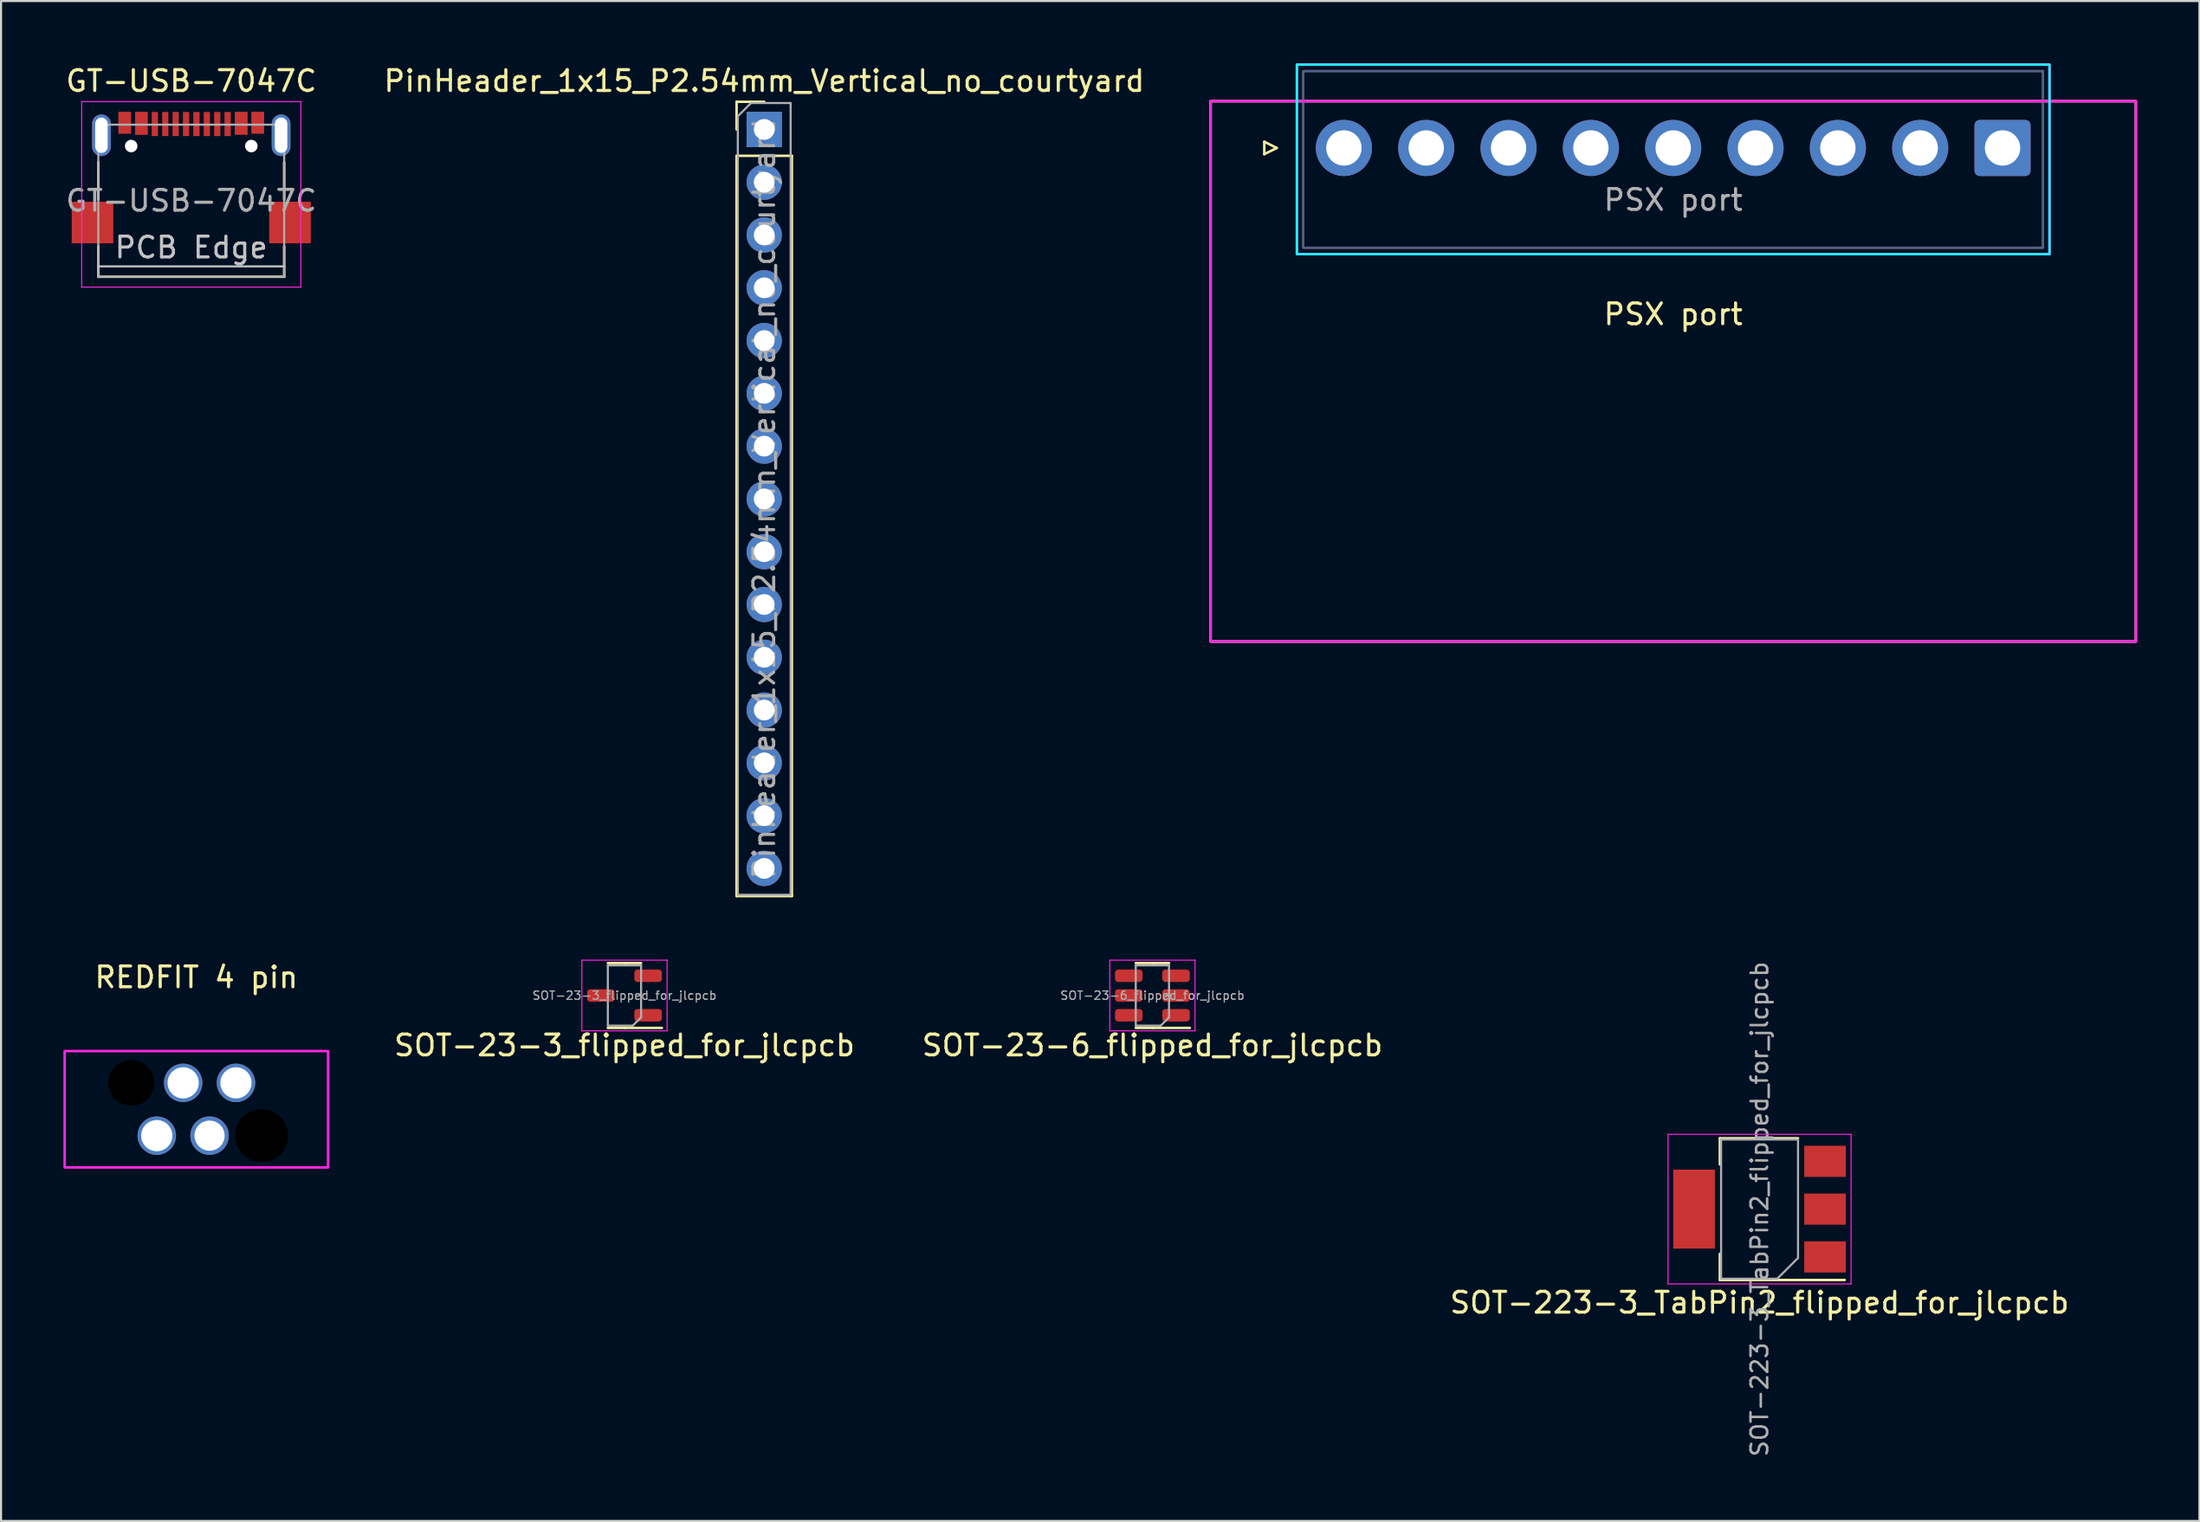
<source format=kicad_pcb>
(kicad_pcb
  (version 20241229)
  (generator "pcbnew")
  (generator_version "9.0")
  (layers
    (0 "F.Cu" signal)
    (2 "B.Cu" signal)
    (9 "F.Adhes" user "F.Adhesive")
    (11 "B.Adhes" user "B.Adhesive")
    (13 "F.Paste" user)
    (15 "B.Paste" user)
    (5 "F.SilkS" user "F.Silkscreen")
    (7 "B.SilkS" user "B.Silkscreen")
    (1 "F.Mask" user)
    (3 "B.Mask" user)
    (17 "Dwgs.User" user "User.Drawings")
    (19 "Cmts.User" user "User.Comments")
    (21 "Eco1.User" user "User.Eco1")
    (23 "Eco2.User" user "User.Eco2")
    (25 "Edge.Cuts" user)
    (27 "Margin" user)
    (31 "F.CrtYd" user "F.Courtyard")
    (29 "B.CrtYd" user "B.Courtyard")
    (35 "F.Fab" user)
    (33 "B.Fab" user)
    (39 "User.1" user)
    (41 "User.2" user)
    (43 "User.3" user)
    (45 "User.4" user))
  (footprint "SOT-223-3_TabPin2_flipped_for_jlcpcb"
    (layer "F.Cu")
    (at 81.582 55.133)
    (property "Reference" "SOT-223-3_TabPin2_flipped_for_jlcpcb" (at 0 4.5 180) (layer "F.SilkS") (effects (font (size 1 1) (thickness 0.15))))
    (attr smd)
    (fp_line (start -1.91 -3.41) (end -1.91 -2.15) (stroke (width 0.12) (type solid)) (layer "F.SilkS"))
    (fp_line (start -1.91 3.41) (end -1.91 2.15) (stroke (width 0.12) (type solid)) (layer "F.SilkS"))
    (fp_line (start 1.85 -3.41) (end -1.91 -3.41) (stroke (width 0.12) (type solid)) (layer "F.SilkS"))
    (fp_line (start 4.1 3.41) (end -1.91 3.41) (stroke (width 0.12) (type solid)) (layer "F.SilkS"))
    (fp_line (start -4.4 -3.6) (end -4.4 3.6) (stroke (width 0.05) (type solid)) (layer "F.CrtYd"))
    (fp_line (start -4.4 3.6) (end 4.4 3.6) (stroke (width 0.05) (type solid)) (layer "F.CrtYd"))
    (fp_line (start 4.4 -3.6) (end -4.4 -3.6) (stroke (width 0.05) (type solid)) (layer "F.CrtYd"))
    (fp_line (start 4.4 3.6) (end 4.4 -3.6) (stroke (width 0.05) (type solid)) (layer "F.CrtYd"))
    (fp_line (start -1.85 3.35) (end -1.85 -3.35) (stroke (width 0.1) (type solid)) (layer "F.Fab"))
    (fp_line (start 0.85 3.35) (end -1.85 3.35) (stroke (width 0.1) (type solid)) (layer "F.Fab"))
    (fp_line (start 1.85 -3.35) (end -1.85 -3.35) (stroke (width 0.1) (type solid)) (layer "F.Fab"))
    (fp_line (start 1.85 2.35) (end 0.85 3.35) (stroke (width 0.1) (type solid)) (layer "F.Fab"))
    (fp_line (start 1.85 2.35) (end 1.85 -3.35) (stroke (width 0.1) (type solid)) (layer "F.Fab"))
    (fp_text user "${REFERENCE}" (at 0 0 270) (layer "F.Fab") (effects (font (size 0.8 0.8) (thickness 0.12))))
    (pad "1" smd rect (at 3.15 2.3 180) (size 2 1.5) (layers "F.Cu" "F.Mask" "F.Paste"))
    (pad "2" smd rect (at -3.15 0 180) (size 2 3.8) (layers "F.Cu" "F.Mask" "F.Paste"))
    (pad "2" smd rect (at 3.15 0 180) (size 2 1.5) (layers "F.Cu" "F.Mask" "F.Paste"))
    (pad "3" smd rect (at 3.15 -2.3 180) (size 2 1.5) (layers "F.Cu" "F.Mask" "F.Paste")))
  (footprint "GT-USB-7047C"
    (layer "F.Cu")
    (at 6.149 5.428)
    (property "Reference" "GT-USB-7047C" (at 0 -4.58 0) (layer "F.SilkS") (effects (font (size 1 1) (thickness 0.15))))
    (attr smd)
    (fp_line (start -4.47 -0.67) (end -4.47 1.13) (stroke (width 0.12) (type solid)) (layer "F.SilkS"))
    (fp_line (start -4.47 4.84) (end -4.47 3.38) (stroke (width 0.12) (type solid)) (layer "F.SilkS"))
    (fp_line (start 4.47 -0.67) (end 4.47 1.13) (stroke (width 0.12) (type solid)) (layer "F.SilkS"))
    (fp_line (start 4.47 4.84) (end -4.47 4.84) (stroke (width 0.12) (type solid)) (layer "F.SilkS"))
    (fp_line (start 4.47 4.84) (end 4.47 3.38) (stroke (width 0.12) (type solid)) (layer "F.SilkS"))
    (fp_line (start -4.47 4.34) (end 4.47 4.34) (stroke (width 0.1) (type solid)) (layer "Dwgs.User"))
    (fp_line (start -5.27 -3.59) (end -5.27 5.34) (stroke (width 0.05) (type solid)) (layer "F.CrtYd"))
    (fp_line (start -5.27 5.34) (end 5.27 5.34) (stroke (width 0.05) (type solid)) (layer "F.CrtYd"))
    (fp_line (start 5.27 -3.59) (end -5.27 -3.59) (stroke (width 0.05) (type solid)) (layer "F.CrtYd"))
    (fp_line (start 5.27 5.34) (end 5.27 -3.59) (stroke (width 0.05) (type solid)) (layer "F.CrtYd"))
    (fp_line (start -4.47 -2.48) (end -4.47 4.84) (stroke (width 0.1) (type solid)) (layer "F.Fab"))
    (fp_line (start -4.47 -2.48) (end 4.47 -2.48) (stroke (width 0.1) (type solid)) (layer "F.Fab"))
    (fp_line (start 4.47 -2.48) (end 4.47 4.84) (stroke (width 0.1) (type solid)) (layer "F.Fab"))
    (fp_line (start 4.47 4.84) (end -4.47 4.84) (stroke (width 0.1) (type solid)) (layer "F.Fab"))
    (fp_text user "PCB Edge" (at 0 3.43 0) (layer "Dwgs.User") (effects (font (size 1 1) (thickness 0.15))))
    (fp_text user "${REFERENCE}" (at 0 1.18 0) (layer "F.Fab") (effects (font (size 1 1) (thickness 0.15))))
    (pad "" np_thru_hole circle (at -2.89 -1.45 180) (size 0.6 0.6) (drill 0.6) (layers "*.Cu" "*.Mask"))
    (pad "" np_thru_hole circle (at 2.89 -1.45 180) (size 0.6 0.6) (drill 0.6) (layers "*.Cu" "*.Mask"))
    (pad "A1" smd rect (at -3.2 -2.57) (size 0.6 1.04) (layers "F.Cu" "F.Mask" "F.Paste"))
    (pad "A4" smd rect (at -2.4 -2.545) (size 0.6 1.09) (layers "F.Cu" "F.Mask" "F.Paste"))
    (pad "A5" smd rect (at -1.25 -2.51 180) (size 0.3 1.16) (layers "F.Cu" "F.Mask" "F.Paste"))
    (pad "A6" smd rect (at -0.25 -2.51 180) (size 0.3 1.16) (layers "F.Cu" "F.Mask" "F.Paste"))
    (pad "A7" smd rect (at 0.25 -2.51 180) (size 0.3 1.16) (layers "F.Cu" "F.Mask" "F.Paste"))
    (pad "A8" smd rect (at 1.25 -2.51 180) (size 0.3 1.16) (layers "F.Cu" "F.Mask" "F.Paste"))
    (pad "A9" smd rect (at 2.4 -2.545) (size 0.6 1.09) (layers "F.Cu" "F.Mask" "F.Paste"))
    (pad "A12" smd rect (at 3.2 -2.57) (size 0.6 1.04) (layers "F.Cu" "F.Mask" "F.Paste"))
    (pad "B1" smd rect (at 3.2 -2.57) (size 0.6 1.04) (layers "F.Cu" "F.Mask" "F.Paste"))
    (pad "B4" smd rect (at 2.4 -2.545) (size 0.6 1.09) (layers "F.Cu" "F.Mask" "F.Paste"))
    (pad "B5" smd rect (at 1.75 -2.51 180) (size 0.3 1.16) (layers "F.Cu" "F.Mask" "F.Paste"))
    (pad "B6" smd rect (at 0.75 -2.51 180) (size 0.3 1.16) (layers "F.Cu" "F.Mask" "F.Paste"))
    (pad "B7" smd rect (at -0.75 -2.51 180) (size 0.3 1.16) (layers "F.Cu" "F.Mask" "F.Paste"))
    (pad "B8" smd rect (at -1.75 -2.51 180) (size 0.3 1.16) (layers "F.Cu" "F.Mask" "F.Paste"))
    (pad "B9" smd rect (at -2.4 -2.545) (size 0.6 1.09) (layers "F.Cu" "F.Mask" "F.Paste"))
    (pad "B12" smd rect (at -3.2 -2.57) (size 0.6 1.04) (layers "F.Cu" "F.Mask" "F.Paste"))
    (pad "S1" smd rect (at -4.75 2.23 90) (size 2 2) (layers "F.Cu" "F.Mask" "F.Paste"))
    (pad "S1" thru_hole oval (at -4.32 -1.97 90) (size 2 0.9) (drill oval 1.7 0.6) (layers "*.Cu" "*.Mask"))
    (pad "S1" thru_hole oval (at 4.32 -1.97 90) (size 2 0.9) (drill oval 1.7 0.6) (layers "*.Cu" "*.Mask"))
    (pad "S1" smd rect (at 4.75 2.23 90) (size 2 2) (layers "F.Cu" "F.Mask" "F.Paste")))
  (footprint "PinHeader_1x15_P2.54mm_Vertical_no_courtyard"
    (layer "F.Cu")
    (at 33.708 3.178)
    (property "Reference" "PinHeader_1x15_P2.54mm_Vertical_no_courtyard" (at 0 -2.33 0) (layer "F.SilkS") (effects (font (size 1 1) (thickness 0.15))))
    (attr through_hole allow_missing_courtyard)
    (fp_line (start -1.33 -1.33) (end 0 -1.33) (stroke (width 0.12) (type solid)) (layer "F.SilkS"))
    (fp_line (start -1.33 0) (end -1.33 -1.33) (stroke (width 0.12) (type solid)) (layer "F.SilkS"))
    (fp_line (start -1.33 1.27) (end -1.33 36.89) (stroke (width 0.12) (type solid)) (layer "F.SilkS"))
    (fp_line (start -1.33 1.27) (end 1.33 1.27) (stroke (width 0.12) (type solid)) (layer "F.SilkS"))
    (fp_line (start -1.33 36.89) (end 1.33 36.89) (stroke (width 0.12) (type solid)) (layer "F.SilkS"))
    (fp_line (start 1.33 1.27) (end 1.33 36.89) (stroke (width 0.12) (type solid)) (layer "F.SilkS"))
    (fp_line (start -1.27 -0.635) (end -0.635 -1.27) (stroke (width 0.1) (type solid)) (layer "F.Fab"))
    (fp_line (start -1.27 36.83) (end -1.27 -0.635) (stroke (width 0.1) (type solid)) (layer "F.Fab"))
    (fp_line (start -0.635 -1.27) (end 1.27 -1.27) (stroke (width 0.1) (type solid)) (layer "F.Fab"))
    (fp_line (start 1.27 -1.27) (end 1.27 36.83) (stroke (width 0.1) (type solid)) (layer "F.Fab"))
    (fp_line (start 1.27 36.83) (end -1.27 36.83) (stroke (width 0.1) (type solid)) (layer "F.Fab"))
    (fp_text user "${REFERENCE}" (at 0 17.78 90) (layer "F.Fab") (effects (font (size 1 1) (thickness 0.15))))
    (pad "1" thru_hole rect (at 0 0) (size 1.7 1.7) (drill 1) (layers "*.Cu" "*.Mask"))
    (pad "2" thru_hole oval (at 0 2.54) (size 1.7 1.7) (drill 1) (layers "*.Cu" "*.Mask"))
    (pad "3" thru_hole oval (at 0 5.08) (size 1.7 1.7) (drill 1) (layers "*.Cu" "*.Mask"))
    (pad "4" thru_hole oval (at 0 7.62) (size 1.7 1.7) (drill 1) (layers "*.Cu" "*.Mask"))
    (pad "5" thru_hole oval (at 0 10.16) (size 1.7 1.7) (drill 1) (layers "*.Cu" "*.Mask"))
    (pad "6" thru_hole oval (at 0 12.7) (size 1.7 1.7) (drill 1) (layers "*.Cu" "*.Mask"))
    (pad "7" thru_hole oval (at 0 15.24) (size 1.7 1.7) (drill 1) (layers "*.Cu" "*.Mask"))
    (pad "8" thru_hole oval (at 0 17.78) (size 1.7 1.7) (drill 1) (layers "*.Cu" "*.Mask"))
    (pad "9" thru_hole oval (at 0 20.32) (size 1.7 1.7) (drill 1) (layers "*.Cu" "*.Mask"))
    (pad "10" thru_hole oval (at 0 22.86) (size 1.7 1.7) (drill 1) (layers "*.Cu" "*.Mask"))
    (pad "11" thru_hole oval (at 0 25.4) (size 1.7 1.7) (drill 1) (layers "*.Cu" "*.Mask"))
    (pad "12" thru_hole oval (at 0 27.94) (size 1.7 1.7) (drill 1) (layers "*.Cu" "*.Mask"))
    (pad "13" thru_hole oval (at 0 30.48) (size 1.7 1.7) (drill 1) (layers "*.Cu" "*.Mask"))
    (pad "14" thru_hole oval (at 0 33.02) (size 1.7 1.7) (drill 1) (layers "*.Cu" "*.Mask"))
    (pad "15" thru_hole oval (at 0 35.56) (size 1.7 1.7) (drill 1) (layers "*.Cu" "*.Mask")))
  (footprint "REDFIT 4 pin"
    (layer "F.Cu")
    (at 6.395 50.327)
    (property "Reference" "REDFIT 4 pin" (at 0 -6.35 0) (unlocked yes) (layer "F.SilkS") (effects (font (size 1 1) (thickness 0.15))))
    (attr through_hole)
    (fp_rect (start -6.335 -2.8) (end 6.335 2.8) (stroke (width 0.12) (type default)) (fill no) (layer "F.CrtYd"))
    (pad "" np_thru_hole circle (at -3.135 -1.27 90) (size 2.2 2.2) (drill 2.2) (layers "*.Mask"))
    (pad "" np_thru_hole circle (at 3.135 1.27) (size 2.55 2.55) (drill 2.55) (layers "*.Mask"))
    (pad "1" thru_hole circle (at 1.905 -1.27) (size 1.85 1.85) (drill 1.5) (layers "*.Cu" "*.Mask"))
    (pad "2" thru_hole circle (at 0.635 1.27) (size 1.85 1.85) (drill 1.45) (layers "*.Cu" "*.Mask"))
    (pad "3" thru_hole circle (at -0.635 -1.27) (size 1.85 1.85) (drill 1.5) (layers "*.Cu" "*.Mask"))
    (pad "4" thru_hole circle (at -1.905 1.27) (size 1.85 1.85) (drill 1.5) (layers "*.Cu" "*.Mask")))
  (footprint "PSX port"
    (layer "F.Cu")
    (at 77.429 12.57)
    (property "Reference" "PSX port" (at 0 -0.5 0) (unlocked yes) (layer "F.SilkS") (effects (font (size 1 1) (thickness 0.15))))
    (attr through_hole)
    (fp_line (start -19.67 -8.8) (end -19.07 -8.5) (stroke (width 0.12) (type solid)) (layer "F.SilkS"))
    (fp_line (start -19.67 -8.2) (end -19.67 -8.8) (stroke (width 0.12) (type solid)) (layer "F.SilkS"))
    (fp_line (start -19.07 -8.5) (end -19.67 -8.2) (stroke (width 0.12) (type solid)) (layer "F.SilkS"))
    (fp_rect (start -22.25 -10.75) (end 22.25 15.25) (stroke (width 0.12) (type default)) (fill no) (layer "F.SilkS"))
    (fp_rect (start -18.1 -12.51) (end 18.1 -3.39) (stroke (width 0.12) (type default)) (fill no) (layer "B.CrtYd"))
    (fp_rect (start -22.25 -10.75) (end 22.25 15.25) (stroke (width 0.12) (type default)) (fill no) (layer "F.CrtYd"))
    (fp_rect (start -18.1 -12.51) (end 18.1 -3.39) (stroke (width 0.12) (type default)) (fill no) (layer "F.CrtYd"))
    (fp_rect (start -17.79 -12.2) (end 17.79 -3.7) (stroke (width 0.1) (type default)) (fill no) (layer "B.Fab"))
    (fp_rect (start -17.79 -12.2) (end 17.79 -3.7) (stroke (width 0.1) (type default)) (fill no) (layer "F.Fab"))
    (fp_text user "${REFERENCE}" (at 0 -6 0) (layer "F.Fab") (effects (font (size 1 1) (thickness 0.15))))
    (pad "1" thru_hole roundrect (at 15.84 -8.5 180) (size 2.7 2.7) (drill 1.7) (layers "*.Cu" "*.Mask") (roundrect_rratio 0.093))
    (pad "2" thru_hole circle (at 11.88 -8.5 180) (size 2.7 2.7) (drill 1.7) (layers "*.Cu" "*.Mask"))
    (pad "3" thru_hole circle (at 7.92 -8.5 180) (size 2.7 2.7) (drill 1.7) (layers "*.Cu" "*.Mask"))
    (pad "4" thru_hole circle (at 3.96 -8.5 180) (size 2.7 2.7) (drill 1.7) (layers "*.Cu" "*.Mask"))
    (pad "5" thru_hole circle (at 0 -8.5 180) (size 2.7 2.7) (drill 1.7) (layers "*.Cu" "*.Mask"))
    (pad "6" thru_hole circle (at -3.96 -8.5 180) (size 2.7 2.7) (drill 1.7) (layers "*.Cu" "*.Mask"))
    (pad "7" thru_hole circle (at -7.92 -8.5 180) (size 2.7 2.7) (drill 1.7) (layers "*.Cu" "*.Mask"))
    (pad "8" thru_hole circle (at -11.88 -8.5 180) (size 2.7 2.7) (drill 1.7) (layers "*.Cu" "*.Mask"))
    (pad "9" thru_hole circle (at -15.84 -8.5 180) (size 2.7 2.7) (drill 1.7) (layers "*.Cu" "*.Mask")))
  (footprint "SOT-23-3_flipped_for_jlcpcb"
    (layer "F.Cu")
    (at 26.986 44.853)
    (property "Reference" "SOT-23-3_flipped_for_jlcpcb" (at 0 2.4 180) (layer "F.SilkS") (effects (font (size 1 1) (thickness 0.15))))
    (attr smd)
    (fp_line (start 0 -1.56) (end -0.8 -1.56) (stroke (width 0.12) (type solid)) (layer "F.SilkS"))
    (fp_line (start 0 -1.56) (end 0.8 -1.56) (stroke (width 0.12) (type solid)) (layer "F.SilkS"))
    (fp_line (start 0 1.56) (end -0.8 1.56) (stroke (width 0.12) (type solid)) (layer "F.SilkS"))
    (fp_line (start 0 1.56) (end 1.8 1.56) (stroke (width 0.12) (type solid)) (layer "F.SilkS"))
    (fp_line (start -2.05 -1.7) (end -2.05 1.7) (stroke (width 0.05) (type solid)) (layer "F.CrtYd"))
    (fp_line (start -2.05 1.7) (end 2.05 1.7) (stroke (width 0.05) (type solid)) (layer "F.CrtYd"))
    (fp_line (start 2.05 -1.7) (end -2.05 -1.7) (stroke (width 0.05) (type solid)) (layer "F.CrtYd"))
    (fp_line (start 2.05 1.7) (end 2.05 -1.7) (stroke (width 0.05) (type solid)) (layer "F.CrtYd"))
    (fp_line (start -0.8 -1.45) (end 0.8 -1.45) (stroke (width 0.1) (type solid)) (layer "F.Fab"))
    (fp_line (start -0.8 1.45) (end -0.8 -1.45) (stroke (width 0.1) (type solid)) (layer "F.Fab"))
    (fp_line (start 0.4 1.45) (end -0.8 1.45) (stroke (width 0.1) (type solid)) (layer "F.Fab"))
    (fp_line (start 0.8 -1.45) (end 0.8 1.05) (stroke (width 0.1) (type solid)) (layer "F.Fab"))
    (fp_line (start 0.8 1.05) (end 0.4 1.45) (stroke (width 0.1) (type solid)) (layer "F.Fab"))
    (fp_text user "${REFERENCE}" (at 0 0 180) (layer "F.Fab") (effects (font (size 0.4 0.4) (thickness 0.06))))
    (pad "1" smd roundrect (at 1.137 0.95 180) (size 1.325 0.6) (layers "F.Cu" "F.Mask" "F.Paste") (roundrect_rratio 0.25))
    (pad "2" smd roundrect (at 1.137 -0.95 180) (size 1.325 0.6) (layers "F.Cu" "F.Mask" "F.Paste") (roundrect_rratio 0.25))
    (pad "3" smd roundrect (at -1.137 0 180) (size 1.325 0.6) (layers "F.Cu" "F.Mask" "F.Paste") (roundrect_rratio 0.25)))
  (footprint "SOT-23-6_flipped_for_jlcpcb"
    (layer "F.Cu")
    (at 52.379 44.853)
    (property "Reference" "SOT-23-6_flipped_for_jlcpcb" (at 0 2.4 180) (layer "F.SilkS") (effects (font (size 1 1) (thickness 0.15))))
    (attr smd)
    (fp_line (start 0 -1.56) (end -0.8 -1.56) (stroke (width 0.12) (type solid)) (layer "F.SilkS"))
    (fp_line (start 0 -1.56) (end 0.8 -1.56) (stroke (width 0.12) (type solid)) (layer "F.SilkS"))
    (fp_line (start 0 1.56) (end -0.8 1.56) (stroke (width 0.12) (type solid)) (layer "F.SilkS"))
    (fp_line (start 0 1.56) (end 1.8 1.56) (stroke (width 0.12) (type solid)) (layer "F.SilkS"))
    (fp_line (start -2.05 -1.7) (end -2.05 1.7) (stroke (width 0.05) (type solid)) (layer "F.CrtYd"))
    (fp_line (start -2.05 1.7) (end 2.05 1.7) (stroke (width 0.05) (type solid)) (layer "F.CrtYd"))
    (fp_line (start 2.05 -1.7) (end -2.05 -1.7) (stroke (width 0.05) (type solid)) (layer "F.CrtYd"))
    (fp_line (start 2.05 1.7) (end 2.05 -1.7) (stroke (width 0.05) (type solid)) (layer "F.CrtYd"))
    (fp_line (start -0.8 -1.45) (end 0.8 -1.45) (stroke (width 0.1) (type solid)) (layer "F.Fab"))
    (fp_line (start -0.8 1.45) (end -0.8 -1.45) (stroke (width 0.1) (type solid)) (layer "F.Fab"))
    (fp_line (start 0.4 1.45) (end -0.8 1.45) (stroke (width 0.1) (type solid)) (layer "F.Fab"))
    (fp_line (start 0.8 -1.45) (end 0.8 1.05) (stroke (width 0.1) (type solid)) (layer "F.Fab"))
    (fp_line (start 0.8 1.05) (end 0.4 1.45) (stroke (width 0.1) (type solid)) (layer "F.Fab"))
    (fp_text user "${REFERENCE}" (at 0 0 180) (layer "F.Fab") (effects (font (size 0.4 0.4) (thickness 0.06))))
    (pad "1" smd roundrect (at 1.137 0.95 180) (size 1.325 0.6) (layers "F.Cu" "F.Mask" "F.Paste") (roundrect_rratio 0.25))
    (pad "2" smd roundrect (at 1.137 0 180) (size 1.325 0.6) (layers "F.Cu" "F.Mask" "F.Paste") (roundrect_rratio 0.25))
    (pad "3" smd roundrect (at 1.137 -0.95 180) (size 1.325 0.6) (layers "F.Cu" "F.Mask" "F.Paste") (roundrect_rratio 0.25))
    (pad "4" smd roundrect (at -1.137 -0.95 180) (size 1.325 0.6) (layers "F.Cu" "F.Mask" "F.Paste") (roundrect_rratio 0.25))
    (pad "5" smd roundrect (at -1.137 0 180) (size 1.325 0.6) (layers "F.Cu" "F.Mask" "F.Paste") (roundrect_rratio 0.25))
    (pad "6" smd roundrect (at -1.137 0.95 180) (size 1.325 0.6) (layers "F.Cu" "F.Mask" "F.Paste") (roundrect_rratio 0.25)))
  (gr_rect
    (start -3 -3)
    (end 102.739 70.138)
    (stroke (width 0.1) (type default))
    (fill no)
    (layer "Edge.Cuts")))
</source>
